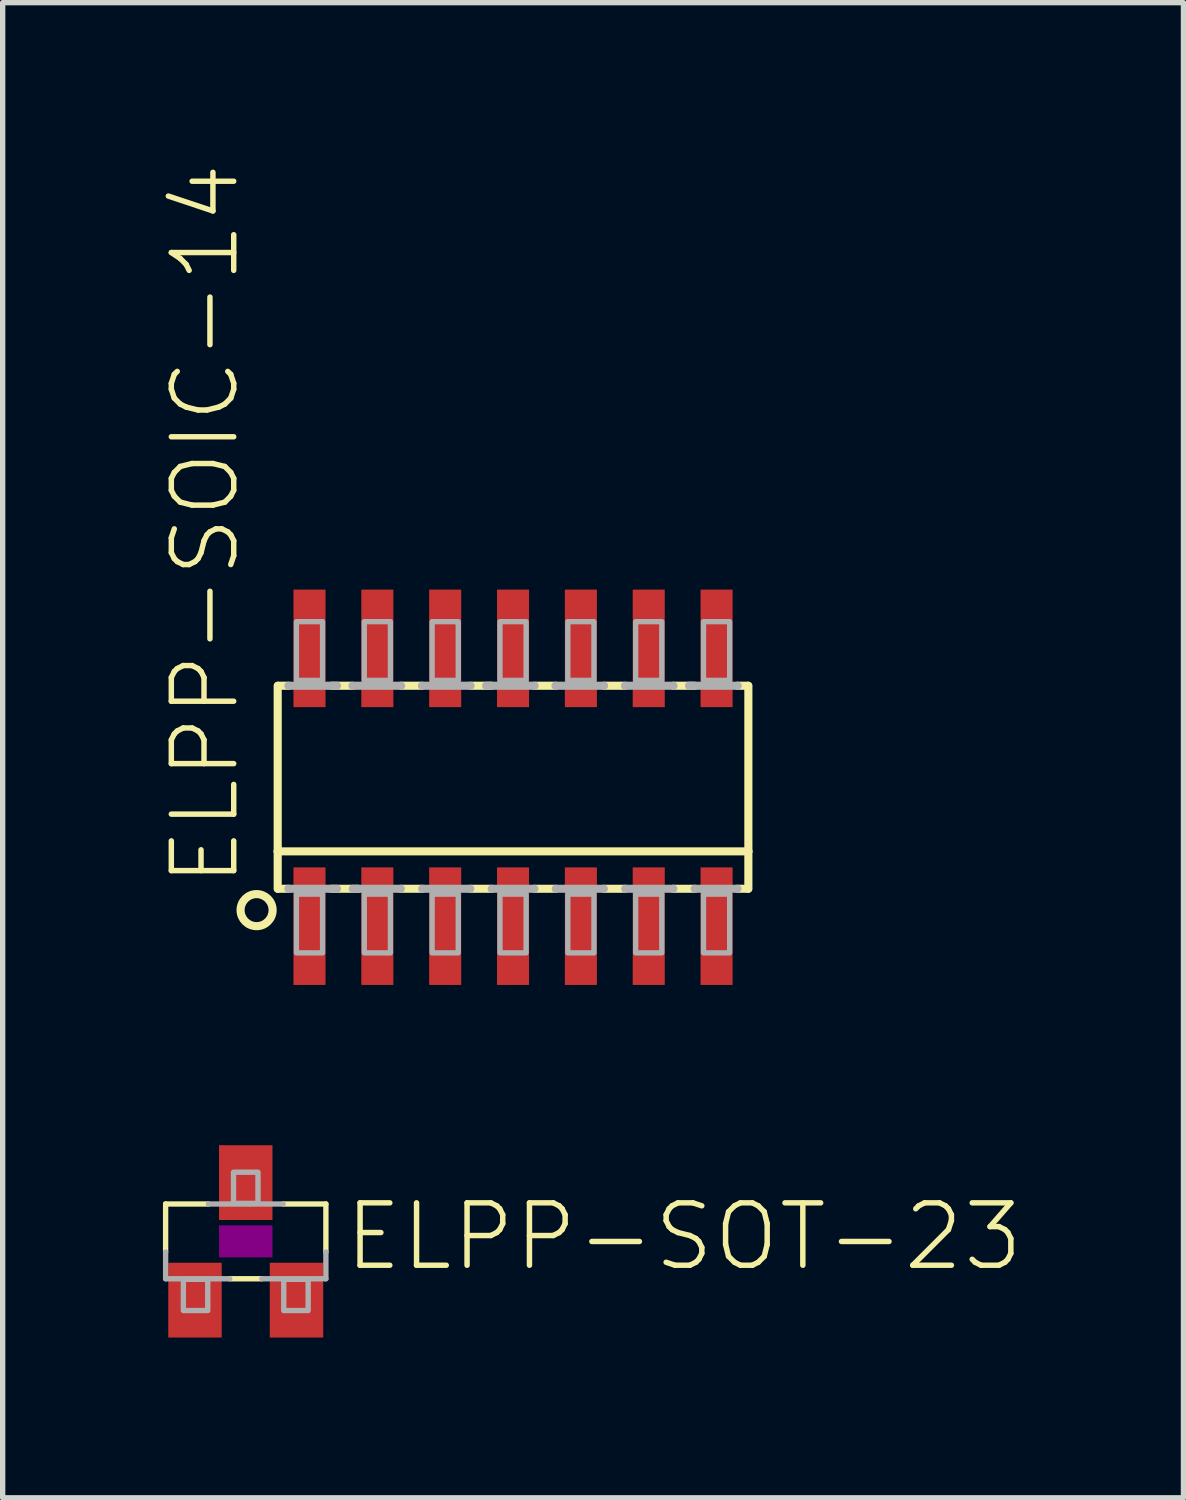
<source format=kicad_pcb>
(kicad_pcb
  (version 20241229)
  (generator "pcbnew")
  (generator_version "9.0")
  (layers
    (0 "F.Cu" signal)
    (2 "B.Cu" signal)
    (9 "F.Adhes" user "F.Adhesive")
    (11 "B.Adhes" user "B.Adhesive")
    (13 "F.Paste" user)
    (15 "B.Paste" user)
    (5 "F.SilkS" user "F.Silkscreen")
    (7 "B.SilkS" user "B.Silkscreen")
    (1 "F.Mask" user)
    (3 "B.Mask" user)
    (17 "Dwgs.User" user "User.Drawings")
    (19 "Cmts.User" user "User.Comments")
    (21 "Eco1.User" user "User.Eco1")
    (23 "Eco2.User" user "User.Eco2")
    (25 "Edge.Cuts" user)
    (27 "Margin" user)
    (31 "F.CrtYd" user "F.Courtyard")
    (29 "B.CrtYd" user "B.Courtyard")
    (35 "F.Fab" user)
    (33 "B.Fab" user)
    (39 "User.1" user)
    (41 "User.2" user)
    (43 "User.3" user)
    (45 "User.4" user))
  (footprint "ELPP-SOIC-14"
    (layer "F.Cu")
    (at 6.553 11.686)
    (property "Reference" "ELPP-SOIC-14" (at -5.08 1.905 90) (unlocked yes) (layer "F.SilkS") (effects (font (size 1.168 1.168) (thickness 0.102)) (justify left bottom)))
    (fp_line (start -4.405 1.2) (end -4.405 -1.9) (stroke (width 0.152) (type solid)) (layer "F.SilkS"))
    (fp_line (start -4.405 1.9) (end -4.405 1.2) (stroke (width 0.152) (type solid)) (layer "F.SilkS"))
    (fp_line (start -4.4 -1.9) (end -4.2 -1.9) (stroke (width 0.152) (type solid)) (layer "F.SilkS"))
    (fp_line (start -4.4 1.9) (end -4.2 1.9) (stroke (width 0.152) (type solid)) (layer "F.SilkS"))
    (fp_line (start -3.4 -1.9) (end -3 -1.9) (stroke (width 0.152) (type solid)) (layer "F.SilkS"))
    (fp_line (start -3.4 1.9) (end -2.9 1.9) (stroke (width 0.152) (type solid)) (layer "F.SilkS"))
    (fp_line (start -2.1 -1.9) (end -1.7 -1.9) (stroke (width 0.152) (type solid)) (layer "F.SilkS"))
    (fp_line (start -2.1 1.9) (end -1.7 1.9) (stroke (width 0.152) (type solid)) (layer "F.SilkS"))
    (fp_line (start -0.8 -1.9) (end -0.4 -1.9) (stroke (width 0.152) (type solid)) (layer "F.SilkS"))
    (fp_line (start -0.8 1.9) (end -0.4 1.9) (stroke (width 0.152) (type solid)) (layer "F.SilkS"))
    (fp_line (start 0.4 -1.9) (end 0.8 -1.9) (stroke (width 0.152) (type solid)) (layer "F.SilkS"))
    (fp_line (start 0.8 1.9) (end 0.4 1.9) (stroke (width 0.152) (type solid)) (layer "F.SilkS"))
    (fp_line (start 1.7 -1.9) (end 2.1 -1.9) (stroke (width 0.152) (type solid)) (layer "F.SilkS"))
    (fp_line (start 2.1 1.9) (end 1.7 1.9) (stroke (width 0.152) (type solid)) (layer "F.SilkS"))
    (fp_line (start 3 -1.9) (end 3.4 -1.9) (stroke (width 0.152) (type solid)) (layer "F.SilkS"))
    (fp_line (start 3.4 1.9) (end 3 1.9) (stroke (width 0.152) (type solid)) (layer "F.SilkS"))
    (fp_line (start 4.4 -1.9) (end 4.2 -1.9) (stroke (width 0.152) (type solid)) (layer "F.SilkS"))
    (fp_line (start 4.4 1.9) (end 4.2 1.9) (stroke (width 0.152) (type solid)) (layer "F.SilkS"))
    (fp_line (start 4.405 -1.9) (end 4.405 1.2) (stroke (width 0.152) (type solid)) (layer "F.SilkS"))
    (fp_line (start 4.405 1.2) (end -4.405 1.2) (stroke (width 0.152) (type solid)) (layer "F.SilkS"))
    (fp_line (start 4.405 1.2) (end 4.405 1.9) (stroke (width 0.152) (type solid)) (layer "F.SilkS"))
    (fp_circle (center -4.8 2.3) (end -4.5 2.3) (stroke (width 0.152) (type solid)) (fill no) (layer "F.SilkS"))
    (fp_line (start -4.205 -1.9) (end -3.295 -1.9) (stroke (width 0.152) (type solid)) (layer "F.Fab"))
    (fp_line (start -3.295 1.9) (end -4.205 1.9) (stroke (width 0.152) (type solid)) (layer "F.Fab"))
    (fp_line (start -3.005 -1.9) (end -2.095 -1.9) (stroke (width 0.152) (type solid)) (layer "F.Fab"))
    (fp_line (start -2.1 1.9) (end -3 1.9) (stroke (width 0.152) (type solid)) (layer "F.Fab"))
    (fp_line (start -1.705 -1.9) (end -0.795 -1.9) (stroke (width 0.152) (type solid)) (layer "F.Fab"))
    (fp_line (start -0.8 1.9) (end -1.7 1.9) (stroke (width 0.152) (type solid)) (layer "F.Fab"))
    (fp_line (start 0.4 1.9) (end -0.4 1.9) (stroke (width 0.152) (type solid)) (layer "F.Fab"))
    (fp_line (start 0.405 -1.9) (end -0.505 -1.9) (stroke (width 0.152) (type solid)) (layer "F.Fab"))
    (fp_line (start 1.7 1.9) (end 0.8 1.9) (stroke (width 0.152) (type solid)) (layer "F.Fab"))
    (fp_line (start 1.705 -1.9) (end 0.795 -1.9) (stroke (width 0.152) (type solid)) (layer "F.Fab"))
    (fp_line (start 3 1.9) (end 2.1 1.9) (stroke (width 0.152) (type solid)) (layer "F.Fab"))
    (fp_line (start 3.005 -1.9) (end 2.095 -1.9) (stroke (width 0.152) (type solid)) (layer "F.Fab"))
    (fp_line (start 4.2 1.9) (end 3.4 1.9) (stroke (width 0.152) (type solid)) (layer "F.Fab"))
    (fp_line (start 4.205 -1.9) (end 3.295 -1.9) (stroke (width 0.152) (type solid)) (layer "F.Fab"))
    (fp_poly (pts (xy -4.055 -2) (xy -3.565 -2) (xy -3.565 -3.1) (xy -4.055 -3.1)) (stroke (width 0.1) (type default)) (fill no) (layer "F.Fab"))
    (fp_poly (pts (xy -4.055 3.1) (xy -3.565 3.1) (xy -3.565 2) (xy -4.055 2)) (stroke (width 0.1) (type default)) (fill no) (layer "F.Fab"))
    (fp_poly (pts (xy -2.785 -2) (xy -2.295 -2) (xy -2.295 -3.1) (xy -2.785 -3.1)) (stroke (width 0.1) (type default)) (fill no) (layer "F.Fab"))
    (fp_poly (pts (xy -2.785 3.1) (xy -2.295 3.1) (xy -2.295 2) (xy -2.785 2)) (stroke (width 0.1) (type default)) (fill no) (layer "F.Fab"))
    (fp_poly (pts (xy -1.515 -2) (xy -1.025 -2) (xy -1.025 -3.1) (xy -1.515 -3.1)) (stroke (width 0.1) (type default)) (fill no) (layer "F.Fab"))
    (fp_poly (pts (xy -1.515 3.1) (xy -1.025 3.1) (xy -1.025 2) (xy -1.515 2)) (stroke (width 0.1) (type default)) (fill no) (layer "F.Fab"))
    (fp_poly (pts (xy -0.245 -2) (xy 0.245 -2) (xy 0.245 -3.1) (xy -0.245 -3.1)) (stroke (width 0.1) (type default)) (fill no) (layer "F.Fab"))
    (fp_poly (pts (xy -0.245 3.1) (xy 0.245 3.1) (xy 0.245 2) (xy -0.245 2)) (stroke (width 0.1) (type default)) (fill no) (layer "F.Fab"))
    (fp_poly (pts (xy 1.025 -2) (xy 1.515 -2) (xy 1.515 -3.1) (xy 1.025 -3.1)) (stroke (width 0.1) (type default)) (fill no) (layer "F.Fab"))
    (fp_poly (pts (xy 1.025 3.1) (xy 1.515 3.1) (xy 1.515 2) (xy 1.025 2)) (stroke (width 0.1) (type default)) (fill no) (layer "F.Fab"))
    (fp_poly (pts (xy 2.295 -2) (xy 2.785 -2) (xy 2.785 -3.1) (xy 2.295 -3.1)) (stroke (width 0.1) (type default)) (fill no) (layer "F.Fab"))
    (fp_poly (pts (xy 2.295 3.1) (xy 2.785 3.1) (xy 2.785 2) (xy 2.295 2)) (stroke (width 0.1) (type default)) (fill no) (layer "F.Fab"))
    (fp_poly (pts (xy 3.565 -2) (xy 4.055 -2) (xy 4.055 -3.1) (xy 3.565 -3.1)) (stroke (width 0.1) (type default)) (fill no) (layer "F.Fab"))
    (fp_poly (pts (xy 3.565 3.1) (xy 4.055 3.1) (xy 4.055 2) (xy 3.565 2)) (stroke (width 0.1) (type default)) (fill no) (layer "F.Fab"))
    (pad "1" smd rect (at -3.81 2.6) (size 0.6 2.2) (layers "F.Cu" "F.Mask" "F.Paste"))
    (pad "2" smd rect (at -2.54 2.6) (size 0.6 2.2) (layers "F.Cu" "F.Mask" "F.Paste"))
    (pad "3" smd rect (at -1.27 2.6) (size 0.6 2.2) (layers "F.Cu" "F.Mask" "F.Paste"))
    (pad "4" smd rect (at 0 2.6) (size 0.6 2.2) (layers "F.Cu" "F.Mask" "F.Paste"))
    (pad "5" smd rect (at 1.27 2.6) (size 0.6 2.2) (layers "F.Cu" "F.Mask" "F.Paste"))
    (pad "6" smd rect (at 2.54 2.6) (size 0.6 2.2) (layers "F.Cu" "F.Mask" "F.Paste"))
    (pad "7" smd rect (at 3.81 2.6) (size 0.6 2.2) (layers "F.Cu" "F.Mask" "F.Paste"))
    (pad "8" smd rect (at 3.81 -2.6) (size 0.6 2.2) (layers "F.Cu" "F.Mask" "F.Paste"))
    (pad "9" smd rect (at 2.54 -2.6) (size 0.6 2.2) (layers "F.Cu" "F.Mask" "F.Paste"))
    (pad "10" smd rect (at 1.27 -2.6) (size 0.6 2.2) (layers "F.Cu" "F.Mask" "F.Paste"))
    (pad "11" smd rect (at 0 -2.6) (size 0.6 2.2) (layers "F.Cu" "F.Mask" "F.Paste"))
    (pad "12" smd rect (at -1.27 -2.6) (size 0.6 2.2) (layers "F.Cu" "F.Mask" "F.Paste"))
    (pad "13" smd rect (at -2.54 -2.6) (size 0.6 2.2) (layers "F.Cu" "F.Mask" "F.Paste"))
    (pad "14" smd rect (at -3.81 -2.6) (size 0.6 2.2) (layers "F.Cu" "F.Mask" "F.Paste")))
  (footprint "ELPP-SOT-23"
    (layer "F.Cu")
    (at 1.55 20.186)
    (property "Reference" "ELPP-SOT-23" (at 1.795 0.595 0) (unlocked yes) (layer "F.SilkS") (effects (font (size 1.168 1.168) (thickness 0.102)) (justify left bottom)))
    (fp_line (start -1.5 -0.7) (end -1.5 0.2) (stroke (width 0.1) (type solid)) (layer "F.SilkS"))
    (fp_line (start -1.5 -0.7) (end -0.7 -0.7) (stroke (width 0.1) (type solid)) (layer "F.SilkS"))
    (fp_line (start -0.3 0.7) (end 0.3 0.7) (stroke (width 0.1) (type solid)) (layer "F.SilkS"))
    (fp_line (start 0.7 -0.7) (end 1.5 -0.7) (stroke (width 0.1) (type solid)) (layer "F.SilkS"))
    (fp_line (start 1.5 -0.7) (end 1.5 0.2) (stroke (width 0.1) (type solid)) (layer "F.SilkS"))
    (fp_poly (pts (xy -0.5 0.3) (xy 0.5 0.3) (xy 0.5 -0.3) (xy -0.5 -0.3)) (stroke (width 0) (type default)) (fill yes) (layer "F.Adhes"))
    (fp_line (start -1.5 0.7) (end -1.5 0.2) (stroke (width 0.1) (type solid)) (layer "F.Fab"))
    (fp_line (start -0.7 -0.7) (end 0.7 -0.7) (stroke (width 0.1) (type solid)) (layer "F.Fab"))
    (fp_line (start -0.3 0.7) (end -1.5 0.7) (stroke (width 0.1) (type solid)) (layer "F.Fab"))
    (fp_line (start 1.5 0.2) (end 1.5 0.7) (stroke (width 0.1) (type solid)) (layer "F.Fab"))
    (fp_line (start 1.5 0.7) (end 0.3 0.7) (stroke (width 0.1) (type solid)) (layer "F.Fab"))
    (fp_poly (pts (xy -1.168 1.295) (xy -0.711 1.295) (xy -0.711 0.711) (xy -1.168 0.711)) (stroke (width 0.1) (type default)) (fill no) (layer "F.Fab"))
    (fp_poly (pts (xy -0.229 -0.711) (xy 0.229 -0.711) (xy 0.229 -1.295) (xy -0.229 -1.295)) (stroke (width 0.1) (type default)) (fill no) (layer "F.Fab"))
    (fp_poly (pts (xy 0.711 1.295) (xy 1.168 1.295) (xy 1.168 0.711) (xy 0.711 0.711)) (stroke (width 0.1) (type default)) (fill no) (layer "F.Fab"))
    (pad "1" smd rect (at -0.95 1.1) (size 1 1.4) (layers "F.Cu" "F.Mask" "F.Paste"))
    (pad "2" smd rect (at 0.95 1.1) (size 1 1.4) (layers "F.Cu" "F.Mask" "F.Paste"))
    (pad "3" smd rect (at 0 -1.1) (size 1 1.4) (layers "F.Cu" "F.Mask" "F.Paste")))
  (gr_rect
    (start -3 -3)
    (end 19.102 24.986)
    (stroke (width 0.1) (type default))
    (fill no)
    (layer "Edge.Cuts")))
</source>
